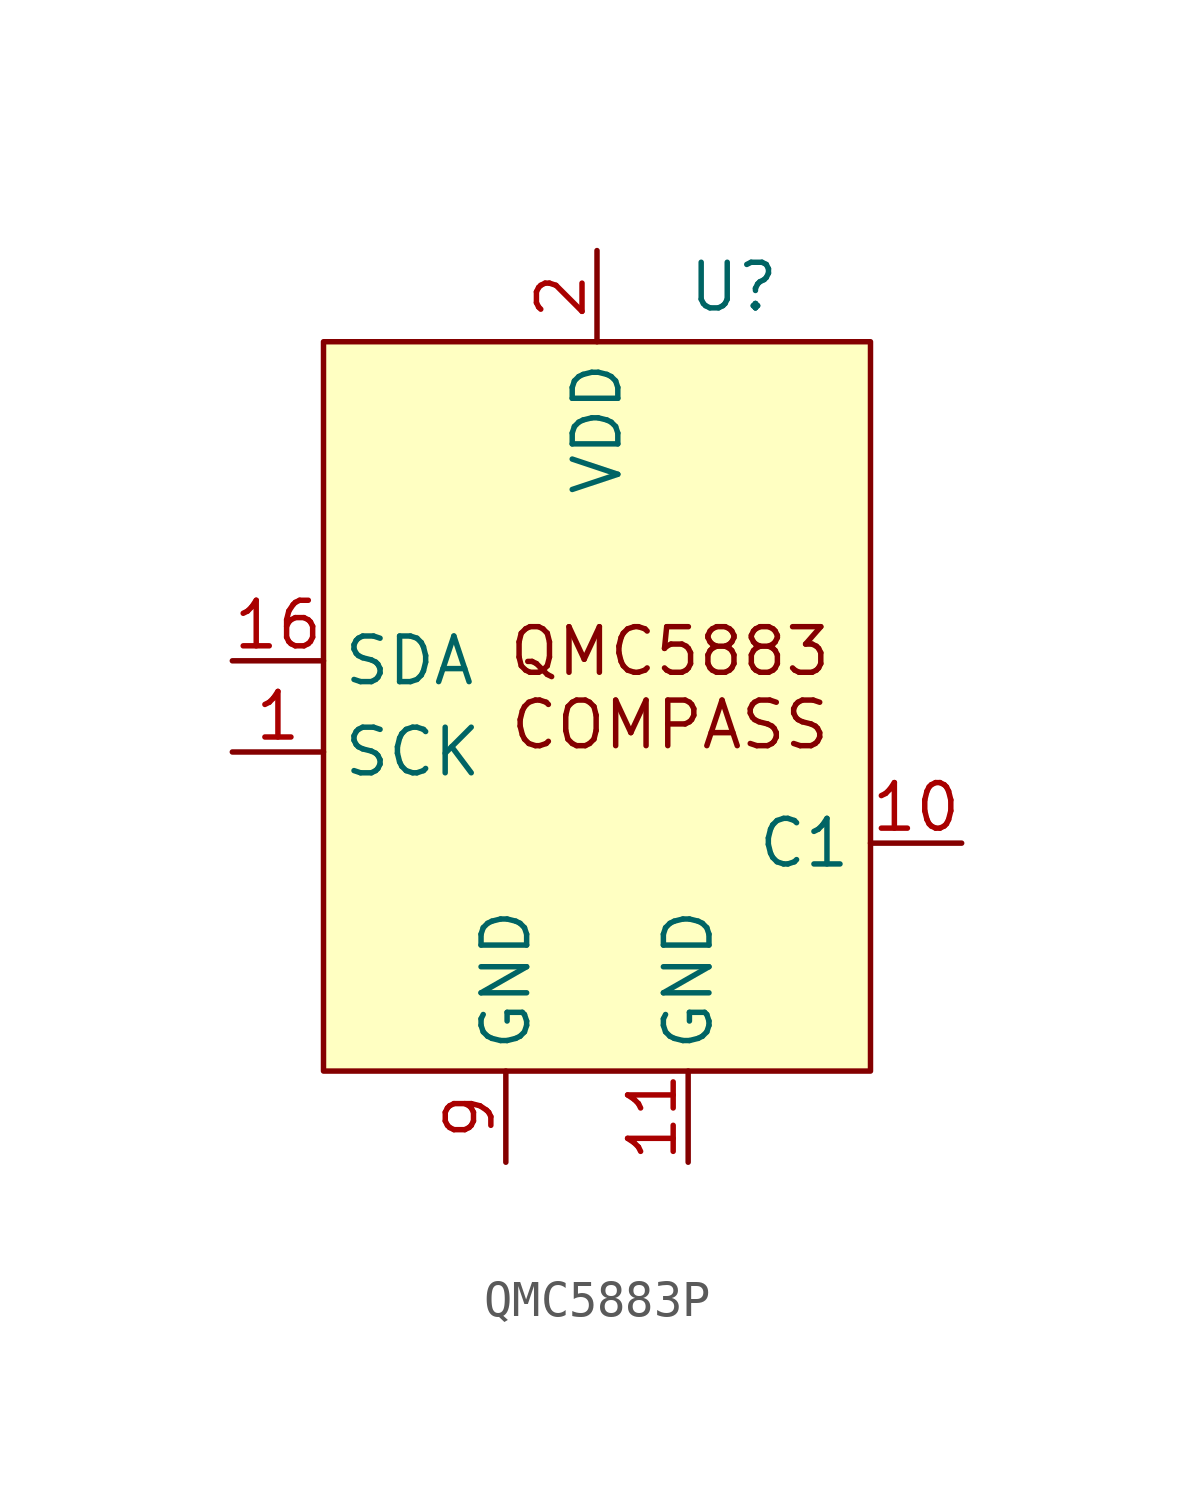
<source format=kicad_sym>
(kicad_symbol_lib
  (version 20241209)
  (generator "kicad_symbol_editor")
  (generator_version "9.0")
  (symbol "QMC5883P"
    (property "Reference" "U"
      (at 3.81 11.684 0)
      (effects (font (size 1.27 1.27))))
    (property "Value" ""
      (at 0 0 0)
      (effects (font (size 1.27 1.27))))
    (symbol "QMC5883P_1_1"
      (rectangle (start -7.62 10.16) (end 7.62 -10.16) (stroke (width 0) (type solid)) (fill (type background)))
      (text "QMC5883\nCOMPASS" (at 2.032 0.508 0) (effects (font (size 1.27 1.27))))
      (pin bidirectional line (at -10.16 1.27 0) (length 2.54) (name "SDA" (effects (font (size 1.27 1.27)))) (number "16" (effects (font (size 1.27 1.27)))))
      (pin input line (at -10.16 -1.27 0) (length 2.54) (name "SCK" (effects (font (size 1.27 1.27)))) (number "1" (effects (font (size 1.27 1.27)))))
      (pin power_in line (at -2.54 -12.7 90) (length 2.54) (name "GND" (effects (font (size 1.27 1.27)))) (number "9" (effects (font (size 1.27 1.27)))))
      (pin power_in line (at 0 12.7 270) (length 2.54) (name "VDD" (effects (font (size 1.27 1.27)))) (number "2" (effects (font (size 1.27 1.27)))))
      (pin power_in line (at 2.54 -12.7 90) (length 2.54) (name "GND" (effects (font (size 1.27 1.27)))) (number "11" (effects (font (size 1.27 1.27)))))
      (pin power_out line (at 10.16 -3.81 180) (length 2.54) (name "C1" (effects (font (size 1.27 1.27)))) (number "10" (effects (font (size 1.27 1.27))))))))
</source>
